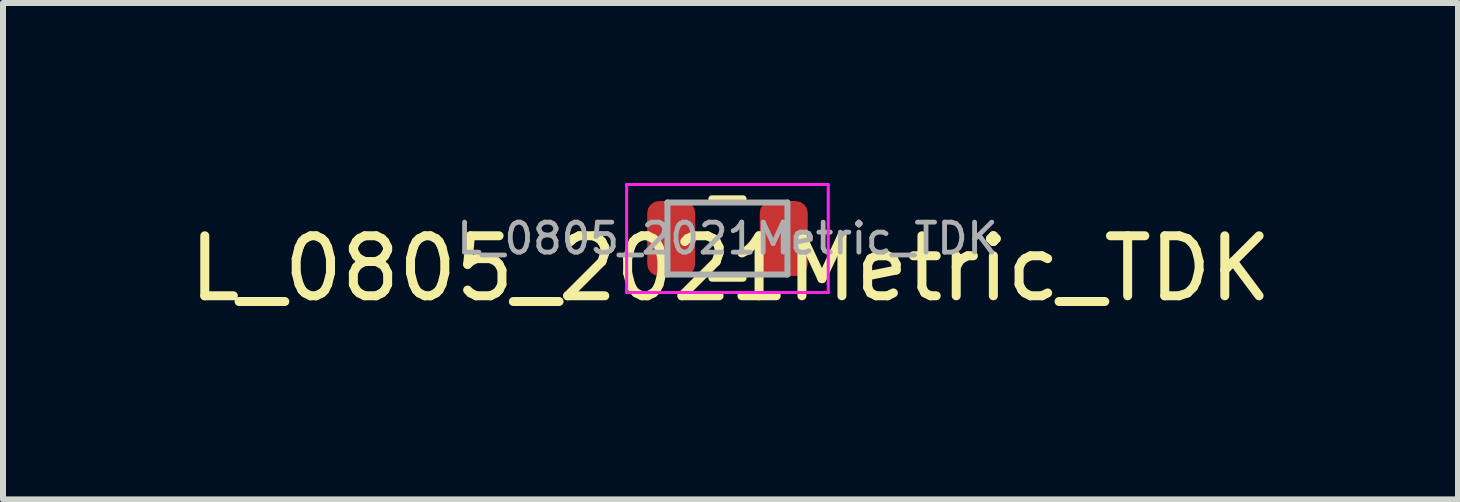
<source format=kicad_pcb>
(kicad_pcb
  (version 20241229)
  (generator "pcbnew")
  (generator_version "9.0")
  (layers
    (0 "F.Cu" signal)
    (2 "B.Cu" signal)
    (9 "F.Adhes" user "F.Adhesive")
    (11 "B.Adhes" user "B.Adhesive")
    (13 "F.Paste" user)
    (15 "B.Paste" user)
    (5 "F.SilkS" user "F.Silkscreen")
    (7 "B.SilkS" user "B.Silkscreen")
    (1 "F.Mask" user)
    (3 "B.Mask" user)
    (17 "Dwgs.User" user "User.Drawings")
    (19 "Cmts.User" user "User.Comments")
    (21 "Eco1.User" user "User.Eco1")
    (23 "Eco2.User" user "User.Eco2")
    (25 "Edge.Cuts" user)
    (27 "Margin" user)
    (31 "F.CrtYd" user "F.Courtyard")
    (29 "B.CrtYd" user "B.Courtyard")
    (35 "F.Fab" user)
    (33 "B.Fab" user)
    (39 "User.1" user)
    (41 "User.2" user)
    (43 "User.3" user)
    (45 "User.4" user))
  (footprint "L_0805_2021Metric_TDK"
    (layer "F.Cu")
    (at 9.125 0.925)
    (property "Reference" "L_0805_2021Metric_TDK" (at 0 0.5 0) (layer "F.SilkS") (effects (font (size 1 1) (thickness 0.15))))
    (attr smd)
    (fp_line (start -0.309 -0.66) (end 0.208 -0.66) (stroke (width 0.12) (type solid)) (layer "F.SilkS"))
    (fp_line (start -0.309 0.66) (end 0.208 0.66) (stroke (width 0.12) (type solid)) (layer "F.SilkS"))
    (fp_line (start -1.731 -0.9) (end 1.629 -0.9) (stroke (width 0.05) (type solid)) (layer "F.CrtYd"))
    (fp_line (start -1.731 0.9) (end -1.731 -0.9) (stroke (width 0.05) (type solid)) (layer "F.CrtYd"))
    (fp_line (start 1.629 -0.9) (end 1.629 0.9) (stroke (width 0.05) (type solid)) (layer "F.CrtYd"))
    (fp_line (start 1.629 0.9) (end -1.731 0.9) (stroke (width 0.05) (type solid)) (layer "F.CrtYd"))
    (fp_line (start -1.051 -0.6) (end 0.949 -0.6) (stroke (width 0.1) (type solid)) (layer "F.Fab"))
    (fp_line (start -1.051 0.6) (end -1.051 -0.6) (stroke (width 0.1) (type solid)) (layer "F.Fab"))
    (fp_line (start 0.949 -0.6) (end 0.949 0.6) (stroke (width 0.1) (type solid)) (layer "F.Fab"))
    (fp_line (start 0.949 0.6) (end -1.051 0.6) (stroke (width 0.1) (type solid)) (layer "F.Fab"))
    (fp_text user "${REFERENCE}" (at -0.051 0 0) (layer "F.Fab") (effects (font (size 0.5 0.5) (thickness 0.08))))
    (pad "1" smd roundrect (at -0.988 0) (size 0.8 1.25) (layers "F.Cu" "F.Mask" "F.Paste") (roundrect_rratio 0.25))
    (pad "2" smd roundrect (at 0.887 0) (size 0.8 1.25) (layers "F.Cu" "F.Mask" "F.Paste") (roundrect_rratio 0.25)))
  (gr_rect
    (start -3 -3)
    (end 21.25 5.273)
    (stroke (width 0.1) (type default))
    (fill no)
    (layer "Edge.Cuts")))
</source>
